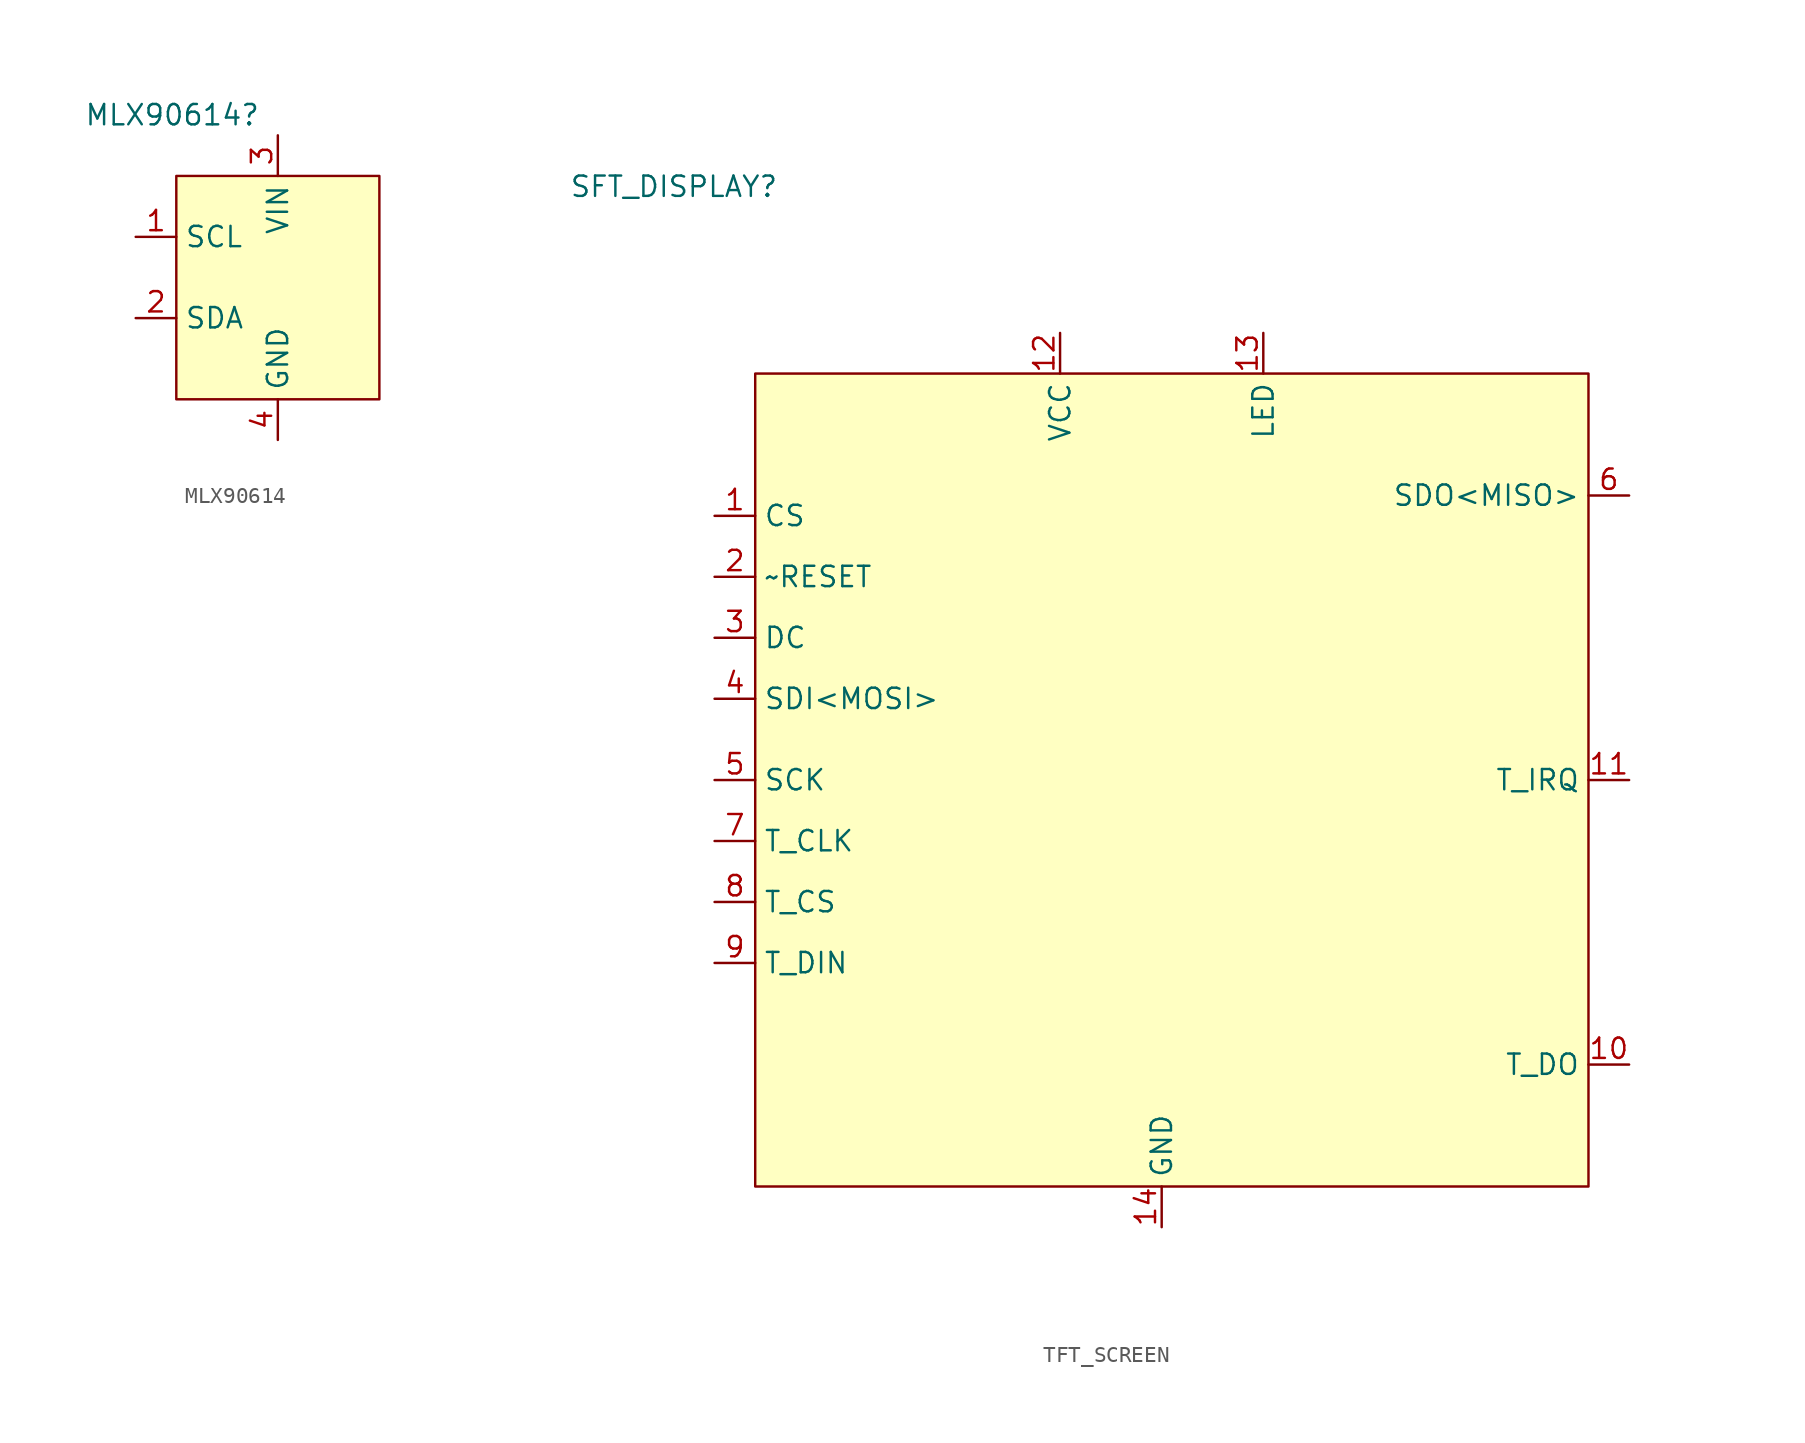
<source format=kicad_sym>
(kicad_symbol_lib
  (version 20241209)
  (generator "kicad_symbol_editor")
  (generator_version "9.0")
  (symbol "MLX90614"
    (property "Reference" "MLX90614"
      (at -6.604 10.16 0)
      (effects (font (size 1.27 1.27))))
    (property "Value" ""
      (at 0 0 0)
      (effects (font (size 1.27 1.27))))
    (symbol "MLX90614_0_1"
      (rectangle (start -6.35 6.35) (end 6.35 -7.62) (stroke (width 0) (type solid)) (fill (type background))))
    (symbol "MLX90614_1_1"
      (pin bidirectional line (at -8.89 2.54 0) (length 2.54) (name "SCL" (effects (font (size 1.27 1.27)))) (number "1" (effects (font (size 1.27 1.27)))))
      (pin bidirectional line (at -8.89 -2.54 0) (length 2.54) (name "SDA" (effects (font (size 1.27 1.27)))) (number "2" (effects (font (size 1.27 1.27)))))
      (pin power_in line (at 0 8.89 270) (length 2.54) (name "VIN" (effects (font (size 1.27 1.27)))) (number "3" (effects (font (size 1.27 1.27)))))
      (pin power_in line (at 0 -10.16 90) (length 2.54) (name "GND" (effects (font (size 1.27 1.27)))) (number "4" (effects (font (size 1.27 1.27)))))))
  (symbol "TFT_SCREEN"
    (property "Reference" "SFT_DISPLAY"
      (at -30.48 37.084 0)
      (effects (font (size 1.27 1.27))))
    (property "Value" ""
      (at 0 0 0)
      (effects (font (size 1.27 1.27))))
    (symbol "TFT_SCREEN_0_1"
      (rectangle (start -25.4 25.4) (end 26.67 -25.4) (stroke (width 0) (type solid)) (fill (type background))))
    (symbol "TFT_SCREEN_1_1"
      (pin input line (at -27.94 16.51 0) (length 2.54) (name "CS" (effects (font (size 1.27 1.27)))) (number "1" (effects (font (size 1.27 1.27)))))
      (pin input line (at -27.94 12.7 0) (length 2.54) (name "~RESET" (effects (font (size 1.27 1.27)))) (number "2" (effects (font (size 1.27 1.27)))))
      (pin input line (at -27.94 8.89 0) (length 2.54) (name "DC" (effects (font (size 1.27 1.27)))) (number "3" (effects (font (size 1.27 1.27)))))
      (pin input line (at -27.94 5.08 0) (length 2.54) (name "SDI<MOSI>" (effects (font (size 1.27 1.27)))) (number "4" (effects (font (size 1.27 1.27)))))
      (pin bidirectional line (at -27.94 0 0) (length 2.54) (name "SCK" (effects (font (size 1.27 1.27)))) (number "5" (effects (font (size 1.27 1.27)))))
      (pin bidirectional line (at -27.94 -3.81 0) (length 2.54) (name "T_CLK" (effects (font (size 1.27 1.27)))) (number "7" (effects (font (size 1.27 1.27)))))
      (pin input line (at -27.94 -7.62 0) (length 2.54) (name "T_CS" (effects (font (size 1.27 1.27)))) (number "8" (effects (font (size 1.27 1.27)))))
      (pin input line (at -27.94 -11.43 0) (length 2.54) (name "T_DIN" (effects (font (size 1.27 1.27)))) (number "9" (effects (font (size 1.27 1.27)))))
      (pin power_in line (at -6.35 27.94 270) (length 2.54) (name "VCC" (effects (font (size 1.27 1.27)))) (number "12" (effects (font (size 1.27 1.27)))))
      (pin power_in line (at 0 -27.94 90) (length 2.54) (name "GND" (effects (font (size 1.27 1.27)))) (number "14" (effects (font (size 1.27 1.27)))))
      (pin power_in line (at 6.35 27.94 270) (length 2.54) (name "LED" (effects (font (size 1.27 1.27)))) (number "13" (effects (font (size 1.27 1.27)))))
      (pin output line (at 29.21 17.78 180) (length 2.54) (name "SDO<MISO>" (effects (font (size 1.27 1.27)))) (number "6" (effects (font (size 1.27 1.27)))))
      (pin output line (at 29.21 0 180) (length 2.54) (name "T_IRQ" (effects (font (size 1.27 1.27)))) (number "11" (effects (font (size 1.27 1.27)))))
      (pin output line (at 29.21 -17.78 180) (length 2.54) (name "T_DO" (effects (font (size 1.27 1.27)))) (number "10" (effects (font (size 1.27 1.27))))))))
</source>
